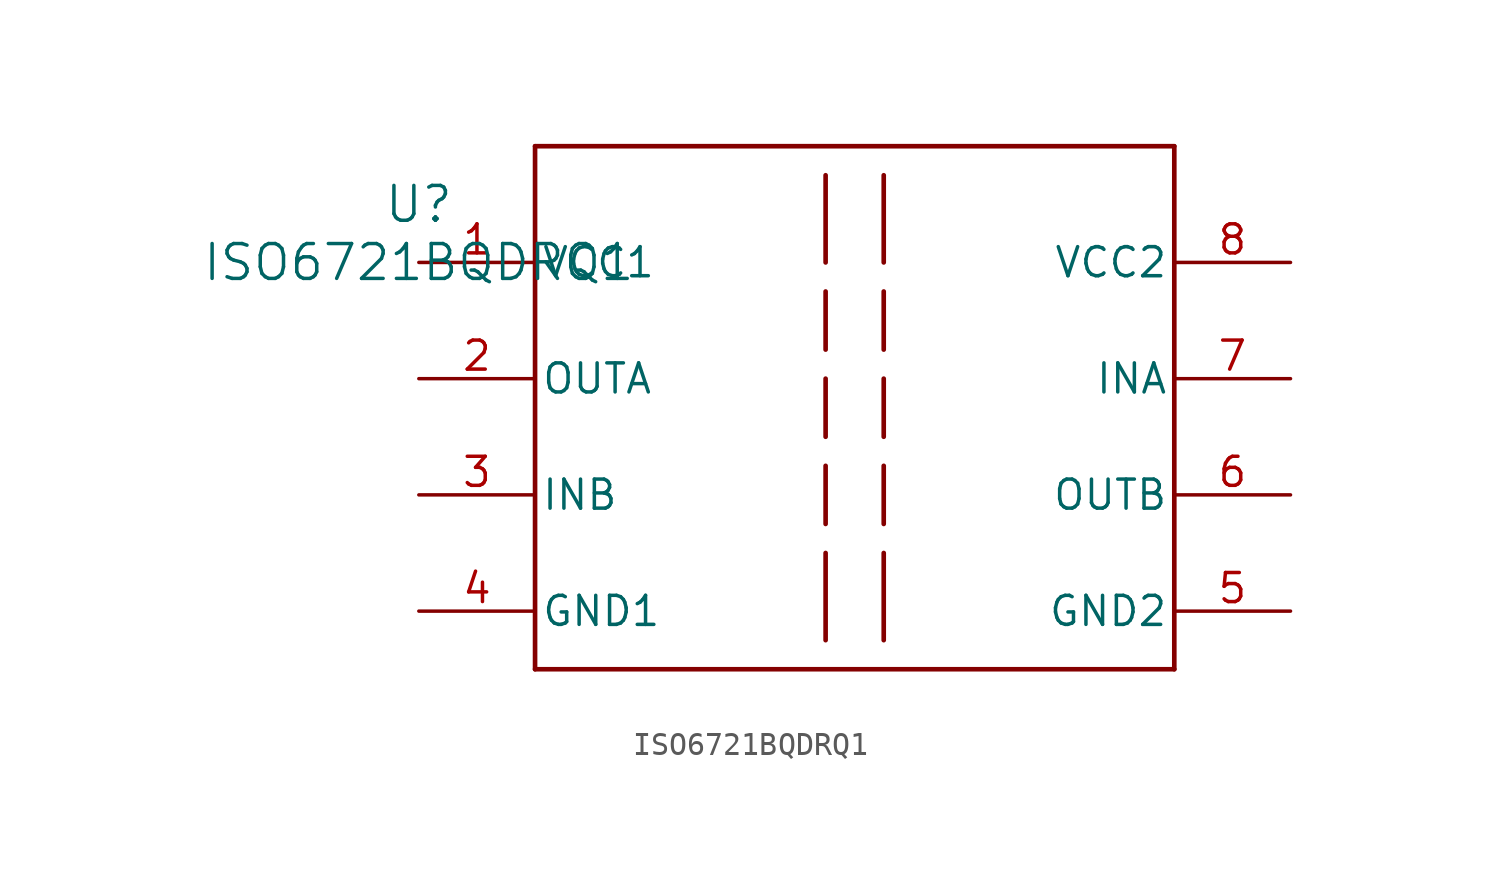
<source format=kicad_sym>
(kicad_symbol_lib
  (version 20211014)
  (generator kicad_symbol_editor)
  (symbol "ISO6721BQDRQ1"
    (pin_names
      (offset 0.254))
    (property "Reference" "U"
      (at 0 2.54 0)
      (effects (font (size 1.524 1.524))))
    (property "Value" "ISO6721BQDRQ1"
      (at 0 0 0)
      (effects (font (size 1.524 1.524))))
    (symbol "ISO6721BQDRQ1_0_1"
      (polyline (pts (xy 5.08 -17.78) (xy 33.02 -17.78)) (stroke (width 0.203) (type default) (color 0 0 0 0)) (fill (type none)))
      (polyline (pts (xy 33.02 -17.78) (xy 33.02 5.08)) (stroke (width 0.203) (type default) (color 0 0 0 0)) (fill (type none)))
      (polyline (pts (xy 33.02 5.08) (xy 5.08 5.08)) (stroke (width 0.203) (type default) (color 0 0 0 0)) (fill (type none)))
      (polyline (pts (xy 5.08 5.08) (xy 5.08 -17.78)) (stroke (width 0.203) (type default) (color 0 0 0 0)) (fill (type none)))
      (polyline (pts (xy 17.78 3.81) (xy 17.78 0)) (stroke (width 0.203) (type default) (color 0 0 0 0)) (fill (type none)))
      (polyline (pts (xy 17.78 -1.27) (xy 17.78 -3.81)) (stroke (width 0.203) (type default) (color 0 0 0 0)) (fill (type none)))
      (polyline (pts (xy 17.78 -5.08) (xy 17.78 -7.62)) (stroke (width 0.203) (type default) (color 0 0 0 0)) (fill (type none)))
      (polyline (pts (xy 17.78 -8.89) (xy 17.78 -11.43)) (stroke (width 0.203) (type default) (color 0 0 0 0)) (fill (type none)))
      (polyline (pts (xy 17.78 -12.7) (xy 17.78 -16.51)) (stroke (width 0.203) (type default) (color 0 0 0 0)) (fill (type none)))
      (polyline (pts (xy 20.32 3.81) (xy 20.32 0)) (stroke (width 0.203) (type default) (color 0 0 0 0)) (fill (type none)))
      (polyline (pts (xy 20.32 -3.81) (xy 20.32 -1.27)) (stroke (width 0.203) (type default) (color 0 0 0 0)) (fill (type none)))
      (polyline (pts (xy 20.32 -5.08) (xy 20.32 -7.62)) (stroke (width 0.203) (type default) (color 0 0 0 0)) (fill (type none)))
      (polyline (pts (xy 20.32 -8.89) (xy 20.32 -11.43)) (stroke (width 0.203) (type default) (color 0 0 0 0)) (fill (type none)))
      (polyline (pts (xy 20.32 -12.7) (xy 20.32 -16.51)) (stroke (width 0.203) (type default) (color 0 0 0 0)) (fill (type none)))
      (pin power_in line (at 0 0 0) (length 5.08) (name "VCC1" (effects (font (size 1.27 1.27)))) (number "1" (effects (font (size 1.27 1.27)))))
      (pin output line (at 0 -5.08 0) (length 5.08) (name "OUTA" (effects (font (size 1.27 1.27)))) (number "2" (effects (font (size 1.27 1.27)))))
      (pin input line (at 0 -10.16 0) (length 5.08) (name "INB" (effects (font (size 1.27 1.27)))) (number "3" (effects (font (size 1.27 1.27)))))
      (pin power_in line (at 0 -15.24 0) (length 5.08) (name "GND1" (effects (font (size 1.27 1.27)))) (number "4" (effects (font (size 1.27 1.27)))))
      (pin power_in line (at 38.1 -15.24 180) (length 5.08) (name "GND2" (effects (font (size 1.27 1.27)))) (number "5" (effects (font (size 1.27 1.27)))))
      (pin output line (at 38.1 -10.16 180) (length 5.08) (name "OUTB" (effects (font (size 1.27 1.27)))) (number "6" (effects (font (size 1.27 1.27)))))
      (pin input line (at 38.1 -5.08 180) (length 5.08) (name "INA" (effects (font (size 1.27 1.27)))) (number "7" (effects (font (size 1.27 1.27)))))
      (pin power_in line (at 38.1 0 180) (length 5.08) (name "VCC2" (effects (font (size 1.27 1.27)))) (number "8" (effects (font (size 1.27 1.27))))))))
</source>
